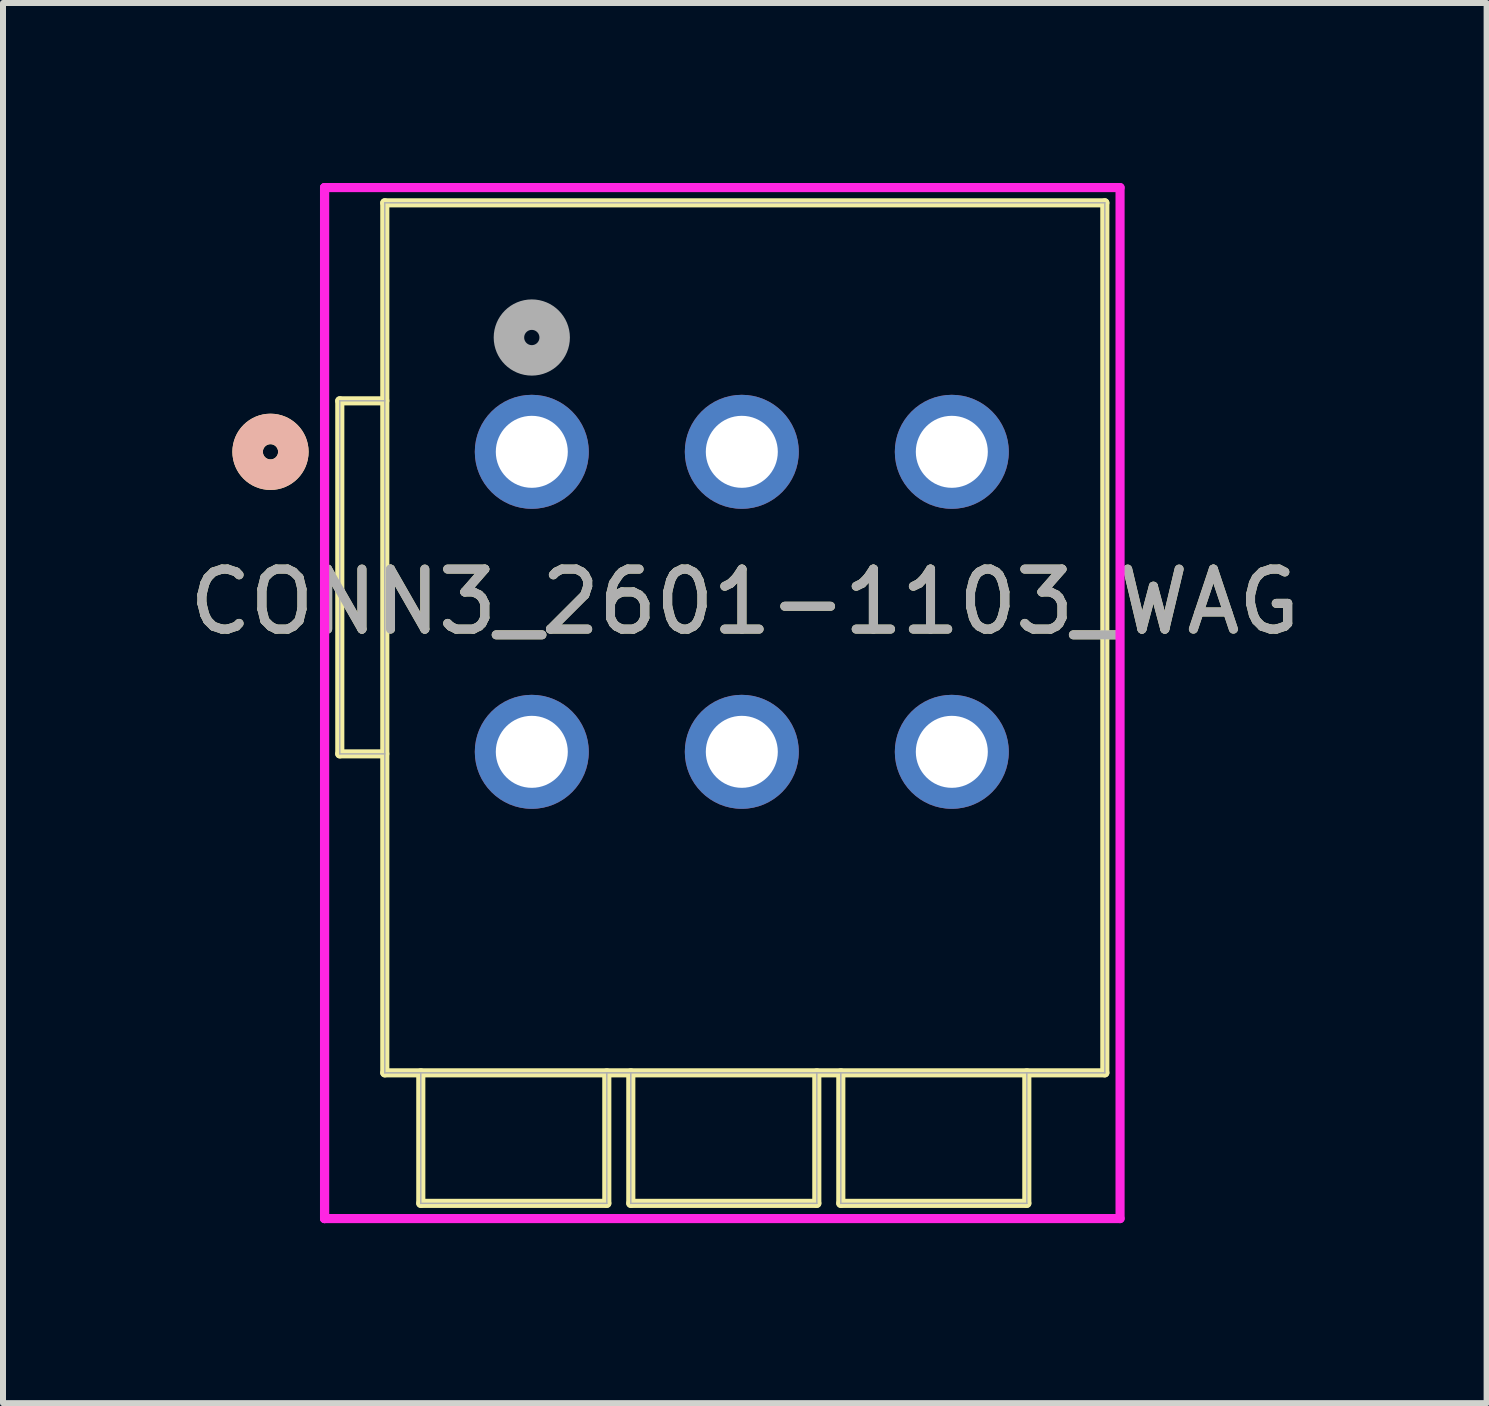
<source format=kicad_pcb>
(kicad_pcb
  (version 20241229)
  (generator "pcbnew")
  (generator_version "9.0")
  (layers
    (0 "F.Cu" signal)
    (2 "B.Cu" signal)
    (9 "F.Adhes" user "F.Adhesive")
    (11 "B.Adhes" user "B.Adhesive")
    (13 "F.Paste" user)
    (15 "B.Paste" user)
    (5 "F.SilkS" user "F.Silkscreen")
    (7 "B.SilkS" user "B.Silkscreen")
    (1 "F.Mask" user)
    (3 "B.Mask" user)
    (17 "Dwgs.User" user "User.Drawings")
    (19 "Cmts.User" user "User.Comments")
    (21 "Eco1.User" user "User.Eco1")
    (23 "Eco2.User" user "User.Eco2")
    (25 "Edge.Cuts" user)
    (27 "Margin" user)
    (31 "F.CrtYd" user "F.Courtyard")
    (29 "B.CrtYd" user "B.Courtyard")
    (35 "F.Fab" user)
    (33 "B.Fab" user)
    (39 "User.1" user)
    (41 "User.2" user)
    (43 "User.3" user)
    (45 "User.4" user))
  (footprint "CONN3_2601-1103_WAG"
    (layer "F.Cu")
    (at 5.813 4.48)
    (property "Reference" "CONN3_2601-1103_WAG" (at 3.55 2.5 0) (unlocked yes) (layer "F.SilkS") (effects (font (size 1 1) (thickness 0.15))))
    (attr through_hole)
    (fp_line (start -3.2 5.034) (end -3.2 -0.85) (stroke (width 0.152) (type solid)) (layer "F.SilkS"))
    (fp_line (start -2.45 -4.15) (end 9.55 -4.15) (stroke (width 0.152) (type solid)) (layer "F.SilkS"))
    (fp_line (start -2.45 10.35) (end -2.45 -4.15) (stroke (width 0.152) (type solid)) (layer "F.SilkS"))
    (fp_line (start -2.45 10.35) (end 9.55 10.35) (stroke (width 0.152) (type solid)) (layer "F.SilkS"))
    (fp_line (start -2.45 -0.85) (end -3.2 -0.85) (stroke (width 0.152) (type solid)) (layer "F.SilkS"))
    (fp_line (start -2.45 5.034) (end -3.2 5.034) (stroke (width 0.152) (type solid)) (layer "F.SilkS"))
    (fp_line (start -1.85 10.35) (end -1.85 12.525) (stroke (width 0.152) (type solid)) (layer "F.SilkS"))
    (fp_line (start -1.85 12.525) (end 1.25 12.525) (stroke (width 0.152) (type solid)) (layer "F.SilkS"))
    (fp_line (start 1.25 10.35) (end 1.25 12.525) (stroke (width 0.152) (type solid)) (layer "F.SilkS"))
    (fp_line (start 1.65 10.35) (end 1.65 12.525) (stroke (width 0.152) (type solid)) (layer "F.SilkS"))
    (fp_line (start 1.65 12.525) (end 4.75 12.525) (stroke (width 0.152) (type solid)) (layer "F.SilkS"))
    (fp_line (start 4.75 10.35) (end 4.75 12.525) (stroke (width 0.152) (type solid)) (layer "F.SilkS"))
    (fp_line (start 5.15 10.35) (end 5.15 12.525) (stroke (width 0.152) (type solid)) (layer "F.SilkS"))
    (fp_line (start 5.15 12.525) (end 8.25 12.525) (stroke (width 0.152) (type solid)) (layer "F.SilkS"))
    (fp_line (start 8.25 10.35) (end 8.25 12.525) (stroke (width 0.152) (type solid)) (layer "F.SilkS"))
    (fp_line (start 9.55 -4.15) (end 9.55 10.35) (stroke (width 0.152) (type solid)) (layer "F.SilkS"))
    (fp_circle (center -4.355 0) (end -3.974 0) (stroke (width 0.508) (type solid)) (fill no) (layer "F.SilkS"))
    (fp_circle (center -4.355 0) (end -3.974 0) (stroke (width 0.508) (type solid)) (fill no) (layer "B.SilkS"))
    (fp_line (start -3.454 -4.404) (end -3.454 12.779) (stroke (width 0.152) (type solid)) (layer "F.CrtYd"))
    (fp_line (start -3.454 -4.404) (end -3.454 12.779) (stroke (width 0.152) (type solid)) (layer "F.CrtYd"))
    (fp_line (start -3.454 12.779) (end 9.804 12.779) (stroke (width 0.152) (type solid)) (layer "F.CrtYd"))
    (fp_line (start 9.804 -4.404) (end -3.454 -4.404) (stroke (width 0.152) (type solid)) (layer "F.CrtYd"))
    (fp_line (start 9.804 12.779) (end 9.804 -4.404) (stroke (width 0.152) (type solid)) (layer "F.CrtYd"))
    (fp_line (start -3.2 5.034) (end -3.2 -0.85) (stroke (width 0.025) (type solid)) (layer "F.Fab"))
    (fp_line (start -2.45 -4.15) (end 9.55 -4.15) (stroke (width 0.025) (type solid)) (layer "F.Fab"))
    (fp_line (start -2.45 10.35) (end -2.45 -4.15) (stroke (width 0.025) (type solid)) (layer "F.Fab"))
    (fp_line (start -2.45 10.35) (end 9.55 10.35) (stroke (width 0.025) (type solid)) (layer "F.Fab"))
    (fp_line (start -2.45 -0.85) (end -3.2 -0.85) (stroke (width 0.025) (type solid)) (layer "F.Fab"))
    (fp_line (start -2.45 5.034) (end -3.2 5.034) (stroke (width 0.025) (type solid)) (layer "F.Fab"))
    (fp_line (start -1.85 10.35) (end -1.85 12.525) (stroke (width 0.025) (type solid)) (layer "F.Fab"))
    (fp_line (start -1.85 12.525) (end 1.25 12.525) (stroke (width 0.025) (type solid)) (layer "F.Fab"))
    (fp_line (start 1.25 10.35) (end 1.25 12.525) (stroke (width 0.025) (type solid)) (layer "F.Fab"))
    (fp_line (start 1.65 10.35) (end 1.65 12.525) (stroke (width 0.025) (type solid)) (layer "F.Fab"))
    (fp_line (start 1.65 12.525) (end 4.75 12.525) (stroke (width 0.025) (type solid)) (layer "F.Fab"))
    (fp_line (start 4.75 10.35) (end 4.75 12.525) (stroke (width 0.025) (type solid)) (layer "F.Fab"))
    (fp_line (start 5.15 10.35) (end 5.15 12.525) (stroke (width 0.025) (type solid)) (layer "F.Fab"))
    (fp_line (start 5.15 12.525) (end 8.25 12.525) (stroke (width 0.025) (type solid)) (layer "F.Fab"))
    (fp_line (start 8.25 10.35) (end 8.25 12.525) (stroke (width 0.025) (type solid)) (layer "F.Fab"))
    (fp_line (start 9.55 -4.15) (end 9.55 10.35) (stroke (width 0.025) (type solid)) (layer "F.Fab"))
    (fp_circle (center 0 -1.905) (end 0.381 -1.905) (stroke (width 0.508) (type solid)) (fill no) (layer "F.Fab"))
    (fp_text user "${REFERENCE}" (at 3.55 2.5 0) (unlocked yes) (layer "F.Fab") (effects (font (size 1 1) (thickness 0.15))))
    (pad "1" thru_hole circle (at 0 0) (size 1.9 1.9) (drill 1.2) (layers "*.Cu" "*.Mask"))
    (pad "2" thru_hole circle (at 0 5) (size 1.9 1.9) (drill 1.2) (layers "*.Cu" "*.Mask"))
    (pad "3" thru_hole circle (at 3.5 0) (size 1.9 1.9) (drill 1.2) (layers "*.Cu" "*.Mask"))
    (pad "4" thru_hole circle (at 3.5 5) (size 1.9 1.9) (drill 1.2) (layers "*.Cu" "*.Mask"))
    (pad "5" thru_hole circle (at 7 0) (size 1.9 1.9) (drill 1.2) (layers "*.Cu" "*.Mask"))
    (pad "6" thru_hole circle (at 7 5) (size 1.9 1.9) (drill 1.2) (layers "*.Cu" "*.Mask")))
  (gr_rect
    (start -3 -3)
    (end 21.726 20.335)
    (stroke (width 0.1) (type default))
    (fill no)
    (layer "Edge.Cuts")))
</source>
